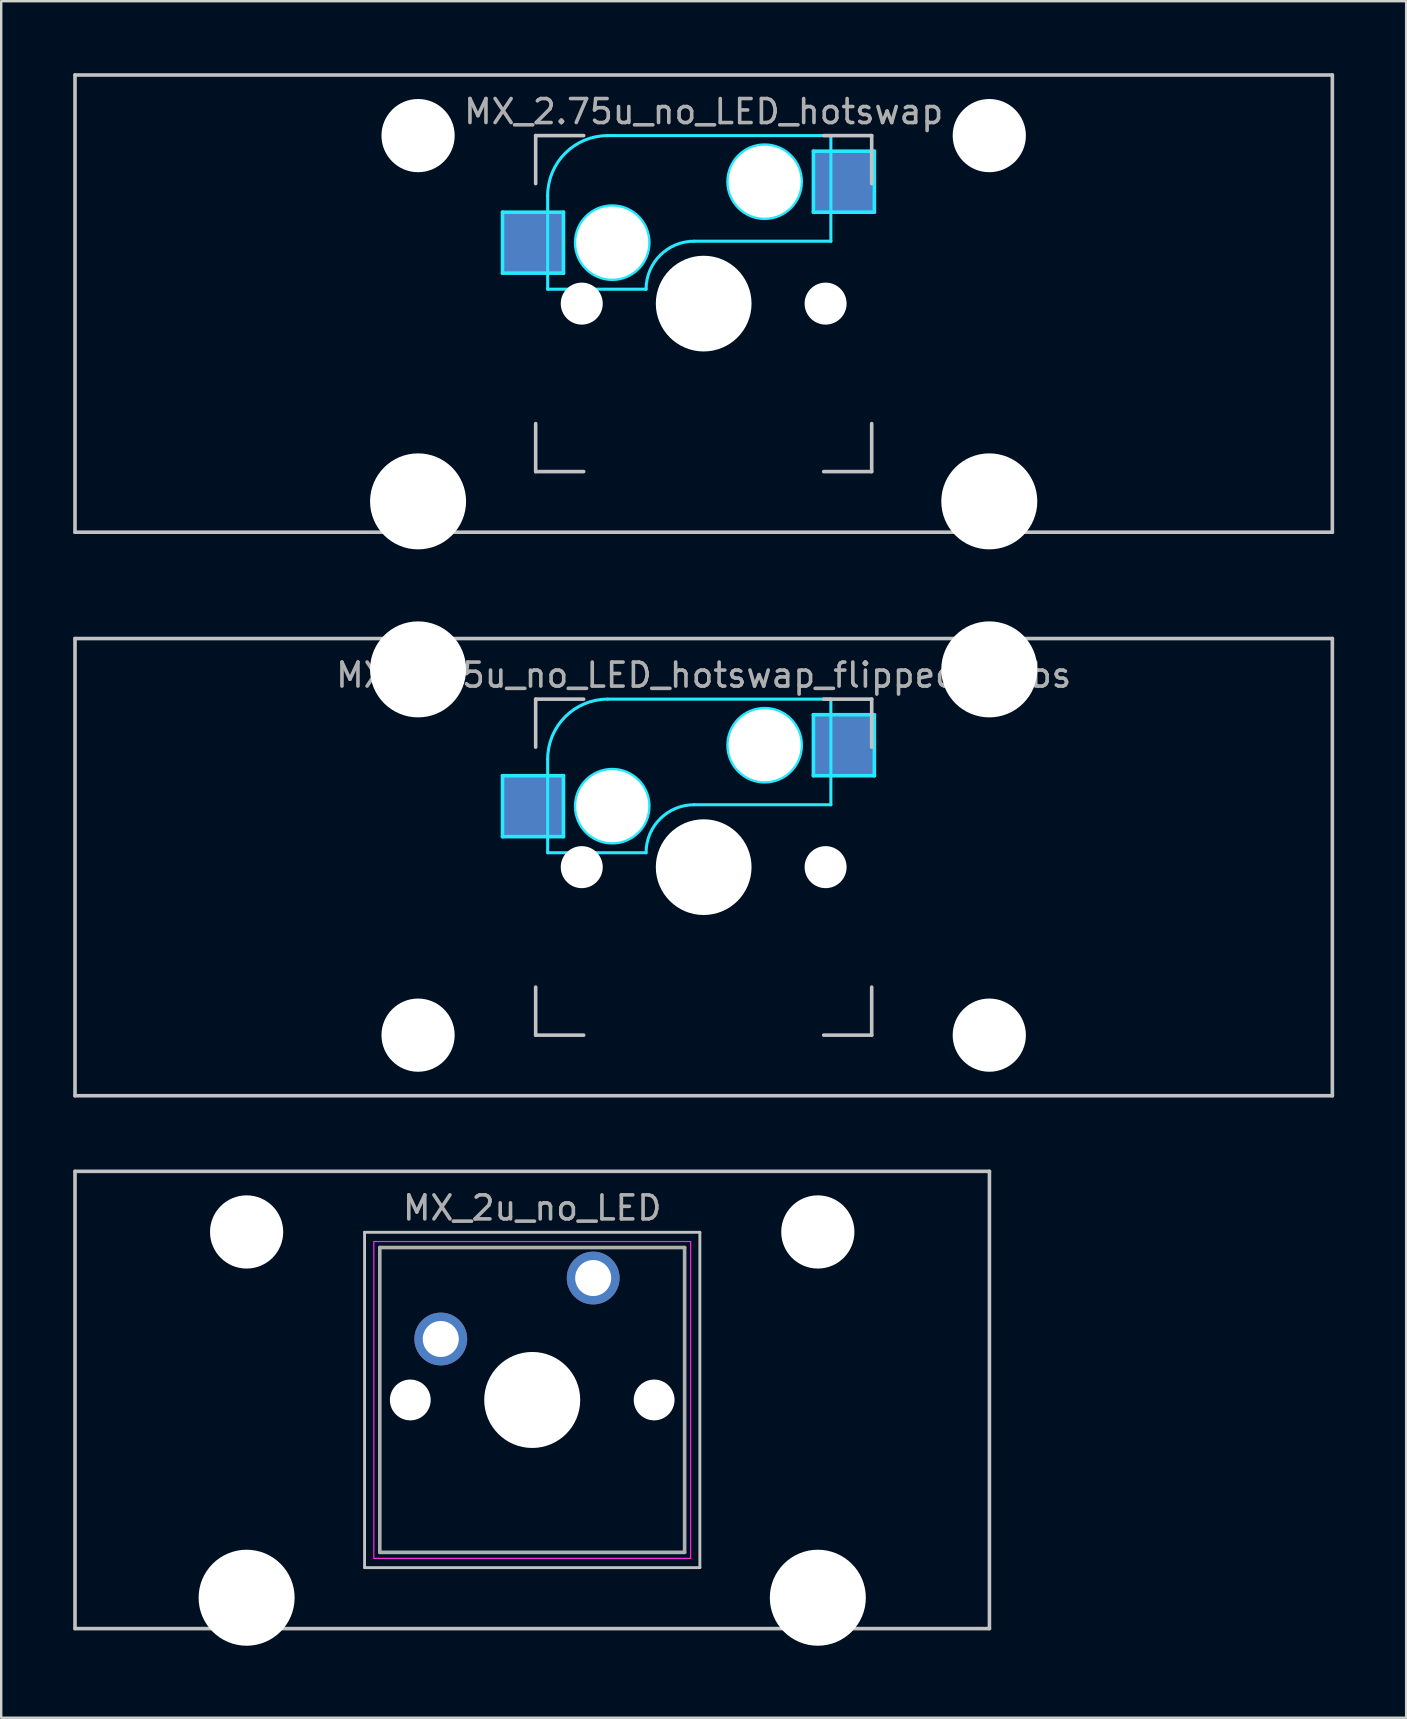
<source format=kicad_pcb>
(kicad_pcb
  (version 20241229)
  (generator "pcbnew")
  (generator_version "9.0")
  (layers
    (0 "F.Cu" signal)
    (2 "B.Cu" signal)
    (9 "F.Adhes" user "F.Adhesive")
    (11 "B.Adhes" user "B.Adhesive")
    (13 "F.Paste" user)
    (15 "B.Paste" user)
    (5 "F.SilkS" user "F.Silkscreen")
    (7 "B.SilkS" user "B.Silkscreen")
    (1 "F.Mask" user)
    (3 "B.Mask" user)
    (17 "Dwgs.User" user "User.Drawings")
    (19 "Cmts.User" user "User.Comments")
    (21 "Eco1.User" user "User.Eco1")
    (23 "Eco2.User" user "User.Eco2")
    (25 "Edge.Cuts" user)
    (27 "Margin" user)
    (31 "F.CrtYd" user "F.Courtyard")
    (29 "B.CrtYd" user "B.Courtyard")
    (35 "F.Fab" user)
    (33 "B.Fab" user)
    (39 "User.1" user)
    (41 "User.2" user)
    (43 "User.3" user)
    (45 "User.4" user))
  (footprint "MX_2.75u_no_LED_hotswap_flipped_stabs"
    (layer "F.Cu")
    (at 26.269 33.08)
    (property "Reference" "MX_2.75u_no_LED_hotswap_flipped_stabs" (at 0 -8 0) (layer "F.Fab") (effects (font (size 1 1) (thickness 0.15))))
    (attr through_hole)
    (fp_line (start -26.194 -9.525) (end 26.194 -9.525) (stroke (width 0.15) (type solid)) (layer "Dwgs.User"))
    (fp_line (start -26.194 9.525) (end -26.194 -9.525) (stroke (width 0.15) (type solid)) (layer "Dwgs.User"))
    (fp_line (start -7 -7) (end -7 -5) (stroke (width 0.15) (type solid)) (layer "Dwgs.User"))
    (fp_line (start -7 5) (end -7 7) (stroke (width 0.15) (type solid)) (layer "Dwgs.User"))
    (fp_line (start -7 7) (end -5 7) (stroke (width 0.15) (type solid)) (layer "Dwgs.User"))
    (fp_line (start -5 -7) (end -7 -7) (stroke (width 0.15) (type solid)) (layer "Dwgs.User"))
    (fp_line (start 5 -7) (end 7 -7) (stroke (width 0.15) (type solid)) (layer "Dwgs.User"))
    (fp_line (start 5 7) (end 7 7) (stroke (width 0.15) (type solid)) (layer "Dwgs.User"))
    (fp_line (start 7 -7) (end 7 -5) (stroke (width 0.15) (type solid)) (layer "Dwgs.User"))
    (fp_line (start 7 7) (end 7 5) (stroke (width 0.15) (type solid)) (layer "Dwgs.User"))
    (fp_line (start 26.194 -9.525) (end 26.194 9.525) (stroke (width 0.15) (type solid)) (layer "Dwgs.User"))
    (fp_line (start 26.194 9.525) (end -26.194 9.525) (stroke (width 0.15) (type solid)) (layer "Dwgs.User"))
    (fp_line (start -8.382 -3.81) (end -8.382 -1.27) (stroke (width 0.15) (type solid)) (layer "B.CrtYd"))
    (fp_line (start -8.382 -1.27) (end -5.842 -1.27) (stroke (width 0.15) (type solid)) (layer "B.CrtYd"))
    (fp_line (start -6.5 -4.5) (end -6.5 -0.6) (stroke (width 0.127) (type solid)) (layer "B.CrtYd"))
    (fp_line (start -6.5 -0.6) (end -2.4 -0.6) (stroke (width 0.127) (type solid)) (layer "B.CrtYd"))
    (fp_line (start -5.842 -3.81) (end -8.382 -3.81) (stroke (width 0.15) (type solid)) (layer "B.CrtYd"))
    (fp_line (start -5.842 -1.27) (end -5.842 -3.81) (stroke (width 0.15) (type solid)) (layer "B.CrtYd"))
    (fp_line (start -0.4 -2.6) (end 5.3 -2.6) (stroke (width 0.127) (type solid)) (layer "B.CrtYd"))
    (fp_line (start 4.572 -6.35) (end 7.112 -6.35) (stroke (width 0.15) (type solid)) (layer "B.CrtYd"))
    (fp_line (start 4.572 -3.81) (end 4.572 -6.35) (stroke (width 0.15) (type solid)) (layer "B.CrtYd"))
    (fp_line (start 5.3 -7) (end -4 -7) (stroke (width 0.127) (type solid)) (layer "B.CrtYd"))
    (fp_line (start 5.3 -7) (end 5.3 -2.6) (stroke (width 0.127) (type solid)) (layer "B.CrtYd"))
    (fp_line (start 7.112 -6.35) (end 7.112 -3.81) (stroke (width 0.15) (type solid)) (layer "B.CrtYd"))
    (fp_line (start 7.112 -3.81) (end 4.572 -3.81) (stroke (width 0.15) (type solid)) (layer "B.CrtYd"))
    (fp_arc (start -6.5 -4.5) (mid -5.767767 -6.267767) (end -4 -7) (stroke (width 0.127) (type solid)) (layer "B.CrtYd"))
    (fp_arc (start -2.4 -0.6) (mid -1.814214 -2.014214) (end -0.4 -2.6) (stroke (width 0.127) (type solid)) (layer "B.CrtYd"))
    (fp_circle (center -3.81 -2.54) (end -3.81 -4.064) (stroke (width 0.15) (type solid)) (fill no) (layer "B.CrtYd"))
    (fp_circle (center 2.54 -5.08) (end 2.54 -6.604) (stroke (width 0.15) (type solid)) (fill no) (layer "B.CrtYd"))
    (fp_text user "2.75u" (at 0 4.763 0) (layer "F.Mask") (effects (font (size 1 1) (thickness 0.15))))
    (pad "" np_thru_hole circle (at -11.9 -8.24 180) (size 4 4) (drill 4) (layers "*.Cu" "*.Mask"))
    (pad "" np_thru_hole circle (at -11.9 7 180) (size 3.05 3.05) (drill 3.05) (layers "*.Cu" "*.Mask"))
    (pad "" np_thru_hole circle (at -5.08 0 48.1) (size 1.75 1.75) (drill 1.75) (layers "*.Cu" "*.Mask"))
    (pad "" np_thru_hole circle (at -3.81 -2.54) (size 3 3) (drill 3) (layers "*.Cu" "*.Mask"))
    (pad "" np_thru_hole circle (at 0 0) (size 3.988 3.988) (drill 3.988) (layers "*.Cu" "*.Mask"))
    (pad "" np_thru_hole circle (at 2.54 -5.08) (size 3 3) (drill 3) (layers "*.Cu" "*.Mask"))
    (pad "" np_thru_hole circle (at 5.08 0 48.1) (size 1.75 1.75) (drill 1.75) (layers "*.Cu" "*.Mask"))
    (pad "" np_thru_hole circle (at 11.9 -8.24 180) (size 4 4) (drill 4) (layers "*.Cu" "*.Mask"))
    (pad "" np_thru_hole circle (at 11.9 7 180) (size 3.05 3.05) (drill 3.05) (layers "*.Cu" "*.Mask"))
    (pad "1" smd rect (at 5.842 -5.08) (size 2.55 2.5) (layers "B.Cu" "B.Mask" "B.Paste"))
    (pad "2" smd rect (at -7.085 -2.54) (size 2.55 2.5) (layers "B.Cu" "B.Mask" "B.Paste")))
  (footprint "MX_2.75u_no_LED_hotswap"
    (layer "F.Cu")
    (at 26.269 9.6)
    (property "Reference" "MX_2.75u_no_LED_hotswap" (at 0 -8 0) (layer "F.Fab") (effects (font (size 1 1) (thickness 0.15))))
    (attr through_hole)
    (fp_line (start -26.194 -9.525) (end 26.194 -9.525) (stroke (width 0.15) (type solid)) (layer "Dwgs.User"))
    (fp_line (start -26.194 9.525) (end -26.194 -9.525) (stroke (width 0.15) (type solid)) (layer "Dwgs.User"))
    (fp_line (start -7 -7) (end -7 -5) (stroke (width 0.15) (type solid)) (layer "Dwgs.User"))
    (fp_line (start -7 5) (end -7 7) (stroke (width 0.15) (type solid)) (layer "Dwgs.User"))
    (fp_line (start -7 7) (end -5 7) (stroke (width 0.15) (type solid)) (layer "Dwgs.User"))
    (fp_line (start -5 -7) (end -7 -7) (stroke (width 0.15) (type solid)) (layer "Dwgs.User"))
    (fp_line (start 5 -7) (end 7 -7) (stroke (width 0.15) (type solid)) (layer "Dwgs.User"))
    (fp_line (start 5 7) (end 7 7) (stroke (width 0.15) (type solid)) (layer "Dwgs.User"))
    (fp_line (start 7 -7) (end 7 -5) (stroke (width 0.15) (type solid)) (layer "Dwgs.User"))
    (fp_line (start 7 7) (end 7 5) (stroke (width 0.15) (type solid)) (layer "Dwgs.User"))
    (fp_line (start 26.194 -9.525) (end 26.194 9.525) (stroke (width 0.15) (type solid)) (layer "Dwgs.User"))
    (fp_line (start 26.194 9.525) (end -26.194 9.525) (stroke (width 0.15) (type solid)) (layer "Dwgs.User"))
    (fp_line (start -8.382 -3.81) (end -8.382 -1.27) (stroke (width 0.15) (type solid)) (layer "B.CrtYd"))
    (fp_line (start -8.382 -1.27) (end -5.842 -1.27) (stroke (width 0.15) (type solid)) (layer "B.CrtYd"))
    (fp_line (start -6.5 -4.5) (end -6.5 -0.6) (stroke (width 0.127) (type solid)) (layer "B.CrtYd"))
    (fp_line (start -6.5 -0.6) (end -2.4 -0.6) (stroke (width 0.127) (type solid)) (layer "B.CrtYd"))
    (fp_line (start -5.842 -3.81) (end -8.382 -3.81) (stroke (width 0.15) (type solid)) (layer "B.CrtYd"))
    (fp_line (start -5.842 -1.27) (end -5.842 -3.81) (stroke (width 0.15) (type solid)) (layer "B.CrtYd"))
    (fp_line (start -0.4 -2.6) (end 5.3 -2.6) (stroke (width 0.127) (type solid)) (layer "B.CrtYd"))
    (fp_line (start 4.572 -6.35) (end 7.112 -6.35) (stroke (width 0.15) (type solid)) (layer "B.CrtYd"))
    (fp_line (start 4.572 -3.81) (end 4.572 -6.35) (stroke (width 0.15) (type solid)) (layer "B.CrtYd"))
    (fp_line (start 5.3 -7) (end -4 -7) (stroke (width 0.127) (type solid)) (layer "B.CrtYd"))
    (fp_line (start 5.3 -7) (end 5.3 -2.6) (stroke (width 0.127) (type solid)) (layer "B.CrtYd"))
    (fp_line (start 7.112 -6.35) (end 7.112 -3.81) (stroke (width 0.15) (type solid)) (layer "B.CrtYd"))
    (fp_line (start 7.112 -3.81) (end 4.572 -3.81) (stroke (width 0.15) (type solid)) (layer "B.CrtYd"))
    (fp_arc (start -6.5 -4.5) (mid -5.767767 -6.267767) (end -4 -7) (stroke (width 0.127) (type solid)) (layer "B.CrtYd"))
    (fp_arc (start -2.4 -0.6) (mid -1.814214 -2.014214) (end -0.4 -2.6) (stroke (width 0.127) (type solid)) (layer "B.CrtYd"))
    (fp_circle (center -3.81 -2.54) (end -3.81 -4.064) (stroke (width 0.15) (type solid)) (fill no) (layer "B.CrtYd"))
    (fp_circle (center 2.54 -5.08) (end 2.54 -6.604) (stroke (width 0.15) (type solid)) (fill no) (layer "B.CrtYd"))
    (pad "" np_thru_hole circle (at -11.9 -7) (size 3.05 3.05) (drill 3.05) (layers "*.Cu" "*.Mask"))
    (pad "" np_thru_hole circle (at -11.9 8.24) (size 4 4) (drill 4) (layers "*.Cu" "*.Mask"))
    (pad "" np_thru_hole circle (at -5.08 0 48.1) (size 1.75 1.75) (drill 1.75) (layers "*.Cu" "*.Mask"))
    (pad "" np_thru_hole circle (at -3.81 -2.54) (size 3 3) (drill 3) (layers "*.Cu" "*.Mask"))
    (pad "" np_thru_hole circle (at 0 0) (size 3.988 3.988) (drill 3.988) (layers "*.Cu" "*.Mask"))
    (pad "" np_thru_hole circle (at 2.54 -5.08) (size 3 3) (drill 3) (layers "*.Cu" "*.Mask"))
    (pad "" np_thru_hole circle (at 5.08 0 48.1) (size 1.75 1.75) (drill 1.75) (layers "*.Cu" "*.Mask"))
    (pad "" np_thru_hole circle (at 11.9 -7) (size 3.05 3.05) (drill 3.05) (layers "*.Cu" "*.Mask"))
    (pad "" np_thru_hole circle (at 11.9 8.24) (size 4 4) (drill 4) (layers "*.Cu" "*.Mask"))
    (pad "1" smd rect (at 5.842 -5.08) (size 2.55 2.5) (layers "B.Cu" "B.Mask" "B.Paste"))
    (pad "2" smd rect (at -7.085 -2.54) (size 2.55 2.5) (layers "B.Cu" "B.Mask" "B.Paste")))
  (footprint "MX_2u_no_LED"
    (layer "F.Cu")
    (at 19.125 55.28)
    (property "Reference" "MX_2u_no_LED" (at 0 -8 0) (layer "F.Fab") (effects (font (size 1 1) (thickness 0.15))))
    (attr through_hole)
    (fp_line (start -19.05 -9.525) (end 19.05 -9.525) (stroke (width 0.15) (type solid)) (layer "Dwgs.User"))
    (fp_line (start -19.05 9.525) (end -19.05 -9.525) (stroke (width 0.15) (type solid)) (layer "Dwgs.User"))
    (fp_line (start -6.985 -6.985) (end 6.985 -6.985) (stroke (width 0.12) (type solid)) (layer "Dwgs.User"))
    (fp_line (start -6.985 6.985) (end -6.985 -6.985) (stroke (width 0.12) (type solid)) (layer "Dwgs.User"))
    (fp_line (start 6.985 -6.985) (end 6.985 6.985) (stroke (width 0.12) (type solid)) (layer "Dwgs.User"))
    (fp_line (start 6.985 6.985) (end -6.985 6.985) (stroke (width 0.12) (type solid)) (layer "Dwgs.User"))
    (fp_line (start 19.05 -9.525) (end 19.05 9.525) (stroke (width 0.15) (type solid)) (layer "Dwgs.User"))
    (fp_line (start 19.05 9.525) (end -19.05 9.525) (stroke (width 0.15) (type solid)) (layer "Dwgs.User"))
    (fp_line (start -6.6 -6.6) (end 6.6 -6.6) (stroke (width 0.05) (type solid)) (layer "F.CrtYd"))
    (fp_line (start -6.6 6.6) (end -6.6 -6.6) (stroke (width 0.05) (type solid)) (layer "F.CrtYd"))
    (fp_line (start 6.6 -6.6) (end 6.6 6.6) (stroke (width 0.05) (type solid)) (layer "F.CrtYd"))
    (fp_line (start 6.6 6.6) (end -6.6 6.6) (stroke (width 0.05) (type solid)) (layer "F.CrtYd"))
    (fp_line (start -6.35 -6.35) (end 6.35 -6.35) (stroke (width 0.15) (type solid)) (layer "F.Fab"))
    (fp_line (start -6.35 6.35) (end -6.35 -6.35) (stroke (width 0.15) (type solid)) (layer "F.Fab"))
    (fp_line (start 6.35 -6.35) (end 6.35 6.35) (stroke (width 0.15) (type solid)) (layer "F.Fab"))
    (fp_line (start 6.35 6.35) (end -6.35 6.35) (stroke (width 0.15) (type solid)) (layer "F.Fab"))
    (pad "" np_thru_hole circle (at -11.9 -7) (size 3.05 3.05) (drill 3.05) (layers "*.Cu" "*.Mask"))
    (pad "" np_thru_hole circle (at -11.9 8.24) (size 4 4) (drill 4) (layers "*.Cu" "*.Mask"))
    (pad "" np_thru_hole circle (at -5.08 0) (size 1.7 1.7) (drill 1.7) (layers "*.Cu" "*.Mask"))
    (pad "" np_thru_hole circle (at 0 0) (size 4 4) (drill 4) (layers "*.Cu" "*.Mask"))
    (pad "" np_thru_hole circle (at 5.08 0) (size 1.7 1.7) (drill 1.7) (layers "*.Cu" "*.Mask"))
    (pad "" np_thru_hole circle (at 11.9 -7) (size 3.05 3.05) (drill 3.05) (layers "*.Cu" "*.Mask"))
    (pad "" np_thru_hole circle (at 11.9 8.24) (size 4 4) (drill 4) (layers "*.Cu" "*.Mask"))
    (pad "1" thru_hole circle (at 2.54 -5.08) (size 2.2 2.2) (drill 1.5) (layers "*.Cu" "*.Mask"))
    (pad "2" thru_hole circle (at -3.81 -2.54) (size 2.2 2.2) (drill 1.5) (layers "*.Cu" "*.Mask")))
  (gr_rect
    (start -3 -3)
    (end 55.538 68.52)
    (stroke (width 0.1) (type default))
    (fill no)
    (layer "Edge.Cuts")))
</source>
